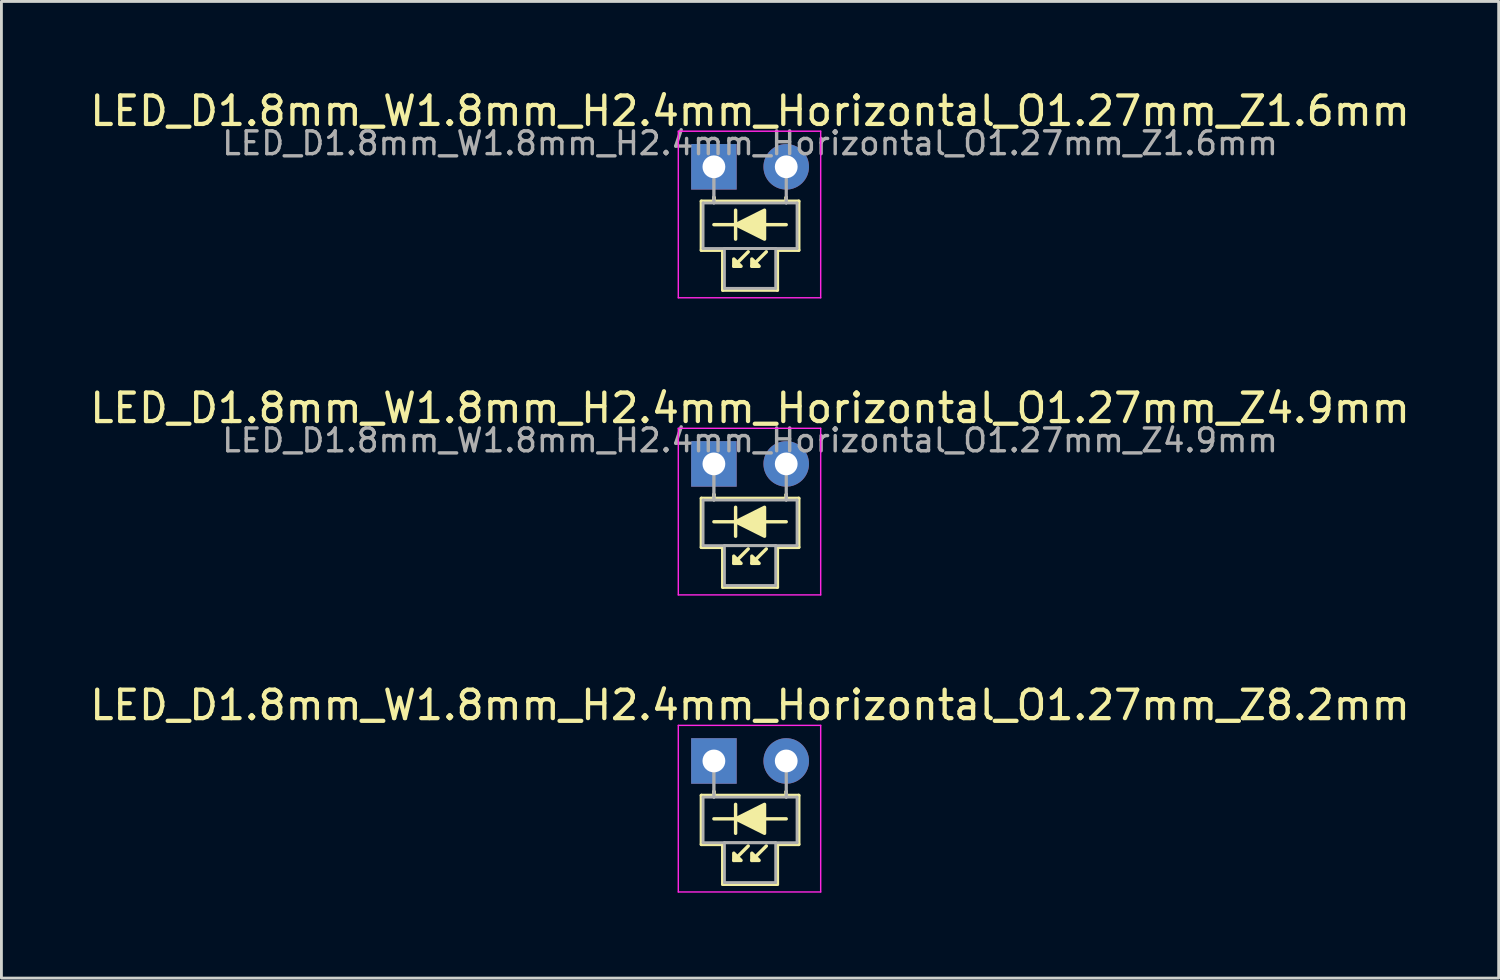
<source format=kicad_pcb>
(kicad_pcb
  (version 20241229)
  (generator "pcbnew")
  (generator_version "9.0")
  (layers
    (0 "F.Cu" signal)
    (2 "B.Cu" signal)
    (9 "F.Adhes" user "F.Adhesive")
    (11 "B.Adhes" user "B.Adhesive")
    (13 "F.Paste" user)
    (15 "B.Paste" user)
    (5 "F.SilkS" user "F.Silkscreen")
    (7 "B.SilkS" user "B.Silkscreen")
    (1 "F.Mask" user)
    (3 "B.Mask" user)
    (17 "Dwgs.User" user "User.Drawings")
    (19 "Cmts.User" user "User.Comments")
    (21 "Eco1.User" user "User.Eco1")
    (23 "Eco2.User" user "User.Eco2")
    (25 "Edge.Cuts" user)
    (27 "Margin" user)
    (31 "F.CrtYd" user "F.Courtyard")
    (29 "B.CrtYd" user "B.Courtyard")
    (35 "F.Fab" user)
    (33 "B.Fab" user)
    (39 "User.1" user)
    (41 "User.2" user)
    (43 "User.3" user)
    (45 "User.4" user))
  (footprint "LED_D1.8mm_W1.8mm_H2.4mm_Horizontal_O1.27mm_Z1.6mm"
    (layer "F.Cu")
    (at 22.022 2.808)
    (property "Reference" "LED_D1.8mm_W1.8mm_H2.4mm_Horizontal_O1.27mm_Z1.6mm" (at 1.27 -1.96 0) (layer "F.SilkS") (effects (font (size 1 1) (thickness 0.15))))
    (fp_line (start -0.44 1.21) (end -0.44 2.93) (stroke (width 0.12) (type solid)) (layer "F.SilkS"))
    (fp_line (start 0 1.08) (end 0 1.08) (stroke (width 0.12) (type solid)) (layer "F.SilkS"))
    (fp_line (start 0 1.08) (end 0 1.21) (stroke (width 0.12) (type solid)) (layer "F.SilkS"))
    (fp_line (start 0 1.21) (end 0 1.08) (stroke (width 0.12) (type solid)) (layer "F.SilkS"))
    (fp_line (start 0 1.21) (end 0 1.21) (stroke (width 0.12) (type solid)) (layer "F.SilkS"))
    (fp_line (start 0.31 2.93) (end -0.44 2.93) (stroke (width 0.12) (type solid)) (layer "F.SilkS"))
    (fp_line (start 0.31 2.93) (end 0.31 4.33) (stroke (width 0.12) (type solid)) (layer "F.SilkS"))
    (fp_line (start 0.31 4.33) (end 2.23 4.33) (stroke (width 0.12) (type solid)) (layer "F.SilkS"))
    (fp_line (start 0.762 1.524) (end 0.762 2.54) (stroke (width 0.12) (type solid)) (layer "F.SilkS"))
    (fp_line (start 1.206 2.985) (end 0.699 3.493) (stroke (width 0.12) (type solid)) (layer "F.SilkS"))
    (fp_line (start 1.841 2.985) (end 1.333 3.493) (stroke (width 0.12) (type solid)) (layer "F.SilkS"))
    (fp_line (start 2.23 4.33) (end 2.23 2.93) (stroke (width 0.12) (type solid)) (layer "F.SilkS"))
    (fp_line (start 2.54 1.08) (end 2.54 1.08) (stroke (width 0.12) (type solid)) (layer "F.SilkS"))
    (fp_line (start 2.54 1.08) (end 2.54 1.21) (stroke (width 0.12) (type solid)) (layer "F.SilkS"))
    (fp_line (start 2.54 1.21) (end 2.54 1.08) (stroke (width 0.12) (type solid)) (layer "F.SilkS"))
    (fp_line (start 2.54 1.21) (end 2.54 1.21) (stroke (width 0.12) (type solid)) (layer "F.SilkS"))
    (fp_line (start 2.54 2.032) (end 0 2.032) (stroke (width 0.12) (type solid)) (layer "F.SilkS"))
    (fp_line (start 2.98 1.21) (end -0.44 1.21) (stroke (width 0.12) (type solid)) (layer "F.SilkS"))
    (fp_line (start 2.98 2.93) (end 2.23 2.93) (stroke (width 0.12) (type solid)) (layer "F.SilkS"))
    (fp_line (start 2.98 2.93) (end 2.98 1.21) (stroke (width 0.12) (type solid)) (layer "F.SilkS"))
    (fp_poly (pts (xy 0.699 3.239) (xy 0.953 3.493) (xy 0.699 3.493)) (stroke (width 0.12) (type solid)) (fill yes) (layer "F.SilkS"))
    (fp_poly (pts (xy 1.333 3.239) (xy 1.587 3.493) (xy 1.333 3.493)) (stroke (width 0.12) (type solid)) (fill yes) (layer "F.SilkS"))
    (fp_poly (pts (xy 1.778 2.54) (xy 0.762 2.032) (xy 1.778 1.524)) (stroke (width 0.12) (type solid)) (fill yes) (layer "F.SilkS"))
    (fp_line (start -1.25 -1.25) (end -1.25 4.6) (stroke (width 0.05) (type solid)) (layer "F.CrtYd"))
    (fp_line (start -1.25 4.6) (end 3.75 4.6) (stroke (width 0.05) (type solid)) (layer "F.CrtYd"))
    (fp_line (start 3.75 -1.25) (end -1.25 -1.25) (stroke (width 0.05) (type solid)) (layer "F.CrtYd"))
    (fp_line (start 3.75 4.6) (end 3.75 -1.25) (stroke (width 0.05) (type solid)) (layer "F.CrtYd"))
    (fp_line (start -0.38 1.27) (end -0.38 2.87) (stroke (width 0.1) (type solid)) (layer "F.Fab"))
    (fp_line (start -0.38 2.87) (end 2.92 2.87) (stroke (width 0.1) (type solid)) (layer "F.Fab"))
    (fp_line (start 0 0) (end 0 0) (stroke (width 0.1) (type solid)) (layer "F.Fab"))
    (fp_line (start 0 0) (end 0 1.27) (stroke (width 0.1) (type solid)) (layer "F.Fab"))
    (fp_line (start 0 1.27) (end 0 0) (stroke (width 0.1) (type solid)) (layer "F.Fab"))
    (fp_line (start 0 1.27) (end 0 1.27) (stroke (width 0.1) (type solid)) (layer "F.Fab"))
    (fp_line (start 0.37 2.87) (end 0.37 4.27) (stroke (width 0.1) (type solid)) (layer "F.Fab"))
    (fp_line (start 0.37 4.27) (end 2.17 4.27) (stroke (width 0.1) (type solid)) (layer "F.Fab"))
    (fp_line (start 2.17 2.87) (end 0.37 2.87) (stroke (width 0.1) (type solid)) (layer "F.Fab"))
    (fp_line (start 2.17 4.27) (end 2.17 2.87) (stroke (width 0.1) (type solid)) (layer "F.Fab"))
    (fp_line (start 2.54 0) (end 2.54 0) (stroke (width 0.1) (type solid)) (layer "F.Fab"))
    (fp_line (start 2.54 0) (end 2.54 1.27) (stroke (width 0.1) (type solid)) (layer "F.Fab"))
    (fp_line (start 2.54 1.27) (end 2.54 0) (stroke (width 0.1) (type solid)) (layer "F.Fab"))
    (fp_line (start 2.54 1.27) (end 2.54 1.27) (stroke (width 0.1) (type solid)) (layer "F.Fab"))
    (fp_line (start 2.92 1.27) (end -0.38 1.27) (stroke (width 0.1) (type solid)) (layer "F.Fab"))
    (fp_line (start 2.92 2.87) (end 2.92 1.27) (stroke (width 0.1) (type solid)) (layer "F.Fab"))
    (fp_text user "${REFERENCE}" (at 1.27 -0.826 0) (layer "F.Fab") (effects (font (size 0.8 0.8) (thickness 0.12))))
    (pad "1" thru_hole rect (at 0 0) (size 1.6 1.6) (drill 0.8) (layers "*.Cu" "*.Mask"))
    (pad "2" thru_hole circle (at 2.54 0) (size 1.6 1.6) (drill 0.8) (layers "*.Cu" "*.Mask")))
  (footprint "LED_D1.8mm_W1.8mm_H2.4mm_Horizontal_O1.27mm_Z8.2mm"
    (layer "F.Cu")
    (at 22.022 23.675)
    (property "Reference" "LED_D1.8mm_W1.8mm_H2.4mm_Horizontal_O1.27mm_Z8.2mm" (at 1.27 -1.96 0) (layer "F.SilkS") (effects (font (size 1 1) (thickness 0.15))))
    (fp_line (start -0.44 1.21) (end -0.44 2.93) (stroke (width 0.12) (type solid)) (layer "F.SilkS"))
    (fp_line (start 0 1.08) (end 0 1.08) (stroke (width 0.12) (type solid)) (layer "F.SilkS"))
    (fp_line (start 0 1.08) (end 0 1.21) (stroke (width 0.12) (type solid)) (layer "F.SilkS"))
    (fp_line (start 0 1.21) (end 0 1.08) (stroke (width 0.12) (type solid)) (layer "F.SilkS"))
    (fp_line (start 0 1.21) (end 0 1.21) (stroke (width 0.12) (type solid)) (layer "F.SilkS"))
    (fp_line (start 0.31 2.93) (end -0.44 2.93) (stroke (width 0.12) (type solid)) (layer "F.SilkS"))
    (fp_line (start 0.31 2.93) (end 0.31 4.33) (stroke (width 0.12) (type solid)) (layer "F.SilkS"))
    (fp_line (start 0.31 4.33) (end 2.23 4.33) (stroke (width 0.12) (type solid)) (layer "F.SilkS"))
    (fp_line (start 0.762 1.524) (end 0.762 2.54) (stroke (width 0.12) (type solid)) (layer "F.SilkS"))
    (fp_line (start 1.206 2.985) (end 0.699 3.493) (stroke (width 0.12) (type solid)) (layer "F.SilkS"))
    (fp_line (start 1.841 2.985) (end 1.333 3.493) (stroke (width 0.12) (type solid)) (layer "F.SilkS"))
    (fp_line (start 2.23 4.33) (end 2.23 2.93) (stroke (width 0.12) (type solid)) (layer "F.SilkS"))
    (fp_line (start 2.54 1.08) (end 2.54 1.08) (stroke (width 0.12) (type solid)) (layer "F.SilkS"))
    (fp_line (start 2.54 1.08) (end 2.54 1.21) (stroke (width 0.12) (type solid)) (layer "F.SilkS"))
    (fp_line (start 2.54 1.21) (end 2.54 1.08) (stroke (width 0.12) (type solid)) (layer "F.SilkS"))
    (fp_line (start 2.54 1.21) (end 2.54 1.21) (stroke (width 0.12) (type solid)) (layer "F.SilkS"))
    (fp_line (start 2.54 2.032) (end 0 2.032) (stroke (width 0.12) (type solid)) (layer "F.SilkS"))
    (fp_line (start 2.98 1.21) (end -0.44 1.21) (stroke (width 0.12) (type solid)) (layer "F.SilkS"))
    (fp_line (start 2.98 2.93) (end 2.23 2.93) (stroke (width 0.12) (type solid)) (layer "F.SilkS"))
    (fp_line (start 2.98 2.93) (end 2.98 1.21) (stroke (width 0.12) (type solid)) (layer "F.SilkS"))
    (fp_poly (pts (xy 0.699 3.239) (xy 0.953 3.493) (xy 0.699 3.493)) (stroke (width 0.12) (type solid)) (fill yes) (layer "F.SilkS"))
    (fp_poly (pts (xy 1.333 3.239) (xy 1.587 3.493) (xy 1.333 3.493)) (stroke (width 0.12) (type solid)) (fill yes) (layer "F.SilkS"))
    (fp_poly (pts (xy 1.778 2.54) (xy 0.762 2.032) (xy 1.778 1.524)) (stroke (width 0.12) (type solid)) (fill yes) (layer "F.SilkS"))
    (fp_line (start -1.25 -1.25) (end -1.25 4.6) (stroke (width 0.05) (type solid)) (layer "F.CrtYd"))
    (fp_line (start -1.25 4.6) (end 3.75 4.6) (stroke (width 0.05) (type solid)) (layer "F.CrtYd"))
    (fp_line (start 3.75 -1.25) (end -1.25 -1.25) (stroke (width 0.05) (type solid)) (layer "F.CrtYd"))
    (fp_line (start 3.75 4.6) (end 3.75 -1.25) (stroke (width 0.05) (type solid)) (layer "F.CrtYd"))
    (fp_line (start -0.38 1.27) (end -0.38 2.87) (stroke (width 0.1) (type solid)) (layer "F.Fab"))
    (fp_line (start -0.38 2.87) (end 2.92 2.87) (stroke (width 0.1) (type solid)) (layer "F.Fab"))
    (fp_line (start 0 0) (end 0 0) (stroke (width 0.1) (type solid)) (layer "F.Fab"))
    (fp_line (start 0 0) (end 0 1.27) (stroke (width 0.1) (type solid)) (layer "F.Fab"))
    (fp_line (start 0 1.27) (end 0 0) (stroke (width 0.1) (type solid)) (layer "F.Fab"))
    (fp_line (start 0 1.27) (end 0 1.27) (stroke (width 0.1) (type solid)) (layer "F.Fab"))
    (fp_line (start 0.37 2.87) (end 0.37 4.27) (stroke (width 0.1) (type solid)) (layer "F.Fab"))
    (fp_line (start 0.37 4.27) (end 2.17 4.27) (stroke (width 0.1) (type solid)) (layer "F.Fab"))
    (fp_line (start 2.17 2.87) (end 0.37 2.87) (stroke (width 0.1) (type solid)) (layer "F.Fab"))
    (fp_line (start 2.17 4.27) (end 2.17 2.87) (stroke (width 0.1) (type solid)) (layer "F.Fab"))
    (fp_line (start 2.54 0) (end 2.54 0) (stroke (width 0.1) (type solid)) (layer "F.Fab"))
    (fp_line (start 2.54 0) (end 2.54 1.27) (stroke (width 0.1) (type solid)) (layer "F.Fab"))
    (fp_line (start 2.54 1.27) (end 2.54 0) (stroke (width 0.1) (type solid)) (layer "F.Fab"))
    (fp_line (start 2.54 1.27) (end 2.54 1.27) (stroke (width 0.1) (type solid)) (layer "F.Fab"))
    (fp_line (start 2.92 1.27) (end -0.38 1.27) (stroke (width 0.1) (type solid)) (layer "F.Fab"))
    (fp_line (start 2.92 2.87) (end 2.92 1.27) (stroke (width 0.1) (type solid)) (layer "F.Fab"))
    (pad "1" thru_hole rect (at 0 0) (size 1.6 1.6) (drill 0.8) (layers "*.Cu" "*.Mask"))
    (pad "2" thru_hole circle (at 2.54 0) (size 1.6 1.6) (drill 0.8) (layers "*.Cu" "*.Mask")))
  (footprint "LED_D1.8mm_W1.8mm_H2.4mm_Horizontal_O1.27mm_Z4.9mm"
    (layer "F.Cu")
    (at 22.022 13.242)
    (property "Reference" "LED_D1.8mm_W1.8mm_H2.4mm_Horizontal_O1.27mm_Z4.9mm" (at 1.27 -1.96 0) (layer "F.SilkS") (effects (font (size 1 1) (thickness 0.15))))
    (fp_line (start -0.44 1.21) (end -0.44 2.93) (stroke (width 0.12) (type solid)) (layer "F.SilkS"))
    (fp_line (start 0 1.08) (end 0 1.08) (stroke (width 0.12) (type solid)) (layer "F.SilkS"))
    (fp_line (start 0 1.08) (end 0 1.21) (stroke (width 0.12) (type solid)) (layer "F.SilkS"))
    (fp_line (start 0 1.21) (end 0 1.08) (stroke (width 0.12) (type solid)) (layer "F.SilkS"))
    (fp_line (start 0 1.21) (end 0 1.21) (stroke (width 0.12) (type solid)) (layer "F.SilkS"))
    (fp_line (start 0.31 2.93) (end -0.44 2.93) (stroke (width 0.12) (type solid)) (layer "F.SilkS"))
    (fp_line (start 0.31 2.93) (end 0.31 4.33) (stroke (width 0.12) (type solid)) (layer "F.SilkS"))
    (fp_line (start 0.31 4.33) (end 2.23 4.33) (stroke (width 0.12) (type solid)) (layer "F.SilkS"))
    (fp_line (start 0.762 1.524) (end 0.762 2.54) (stroke (width 0.12) (type solid)) (layer "F.SilkS"))
    (fp_line (start 1.206 2.985) (end 0.699 3.493) (stroke (width 0.12) (type solid)) (layer "F.SilkS"))
    (fp_line (start 1.841 2.985) (end 1.333 3.493) (stroke (width 0.12) (type solid)) (layer "F.SilkS"))
    (fp_line (start 2.23 4.33) (end 2.23 2.93) (stroke (width 0.12) (type solid)) (layer "F.SilkS"))
    (fp_line (start 2.54 1.08) (end 2.54 1.08) (stroke (width 0.12) (type solid)) (layer "F.SilkS"))
    (fp_line (start 2.54 1.08) (end 2.54 1.21) (stroke (width 0.12) (type solid)) (layer "F.SilkS"))
    (fp_line (start 2.54 1.21) (end 2.54 1.08) (stroke (width 0.12) (type solid)) (layer "F.SilkS"))
    (fp_line (start 2.54 1.21) (end 2.54 1.21) (stroke (width 0.12) (type solid)) (layer "F.SilkS"))
    (fp_line (start 2.54 2.032) (end 0 2.032) (stroke (width 0.12) (type solid)) (layer "F.SilkS"))
    (fp_line (start 2.98 1.21) (end -0.44 1.21) (stroke (width 0.12) (type solid)) (layer "F.SilkS"))
    (fp_line (start 2.98 2.93) (end 2.23 2.93) (stroke (width 0.12) (type solid)) (layer "F.SilkS"))
    (fp_line (start 2.98 2.93) (end 2.98 1.21) (stroke (width 0.12) (type solid)) (layer "F.SilkS"))
    (fp_poly (pts (xy 0.699 3.239) (xy 0.953 3.493) (xy 0.699 3.493)) (stroke (width 0.12) (type solid)) (fill yes) (layer "F.SilkS"))
    (fp_poly (pts (xy 1.333 3.239) (xy 1.587 3.493) (xy 1.333 3.493)) (stroke (width 0.12) (type solid)) (fill yes) (layer "F.SilkS"))
    (fp_poly (pts (xy 1.778 2.54) (xy 0.762 2.032) (xy 1.778 1.524)) (stroke (width 0.12) (type solid)) (fill yes) (layer "F.SilkS"))
    (fp_line (start -1.25 -1.25) (end -1.25 4.6) (stroke (width 0.05) (type solid)) (layer "F.CrtYd"))
    (fp_line (start -1.25 4.6) (end 3.75 4.6) (stroke (width 0.05) (type solid)) (layer "F.CrtYd"))
    (fp_line (start 3.75 -1.25) (end -1.25 -1.25) (stroke (width 0.05) (type solid)) (layer "F.CrtYd"))
    (fp_line (start 3.75 4.6) (end 3.75 -1.25) (stroke (width 0.05) (type solid)) (layer "F.CrtYd"))
    (fp_line (start -0.38 1.27) (end -0.38 2.87) (stroke (width 0.1) (type solid)) (layer "F.Fab"))
    (fp_line (start -0.38 2.87) (end 2.92 2.87) (stroke (width 0.1) (type solid)) (layer "F.Fab"))
    (fp_line (start 0 0) (end 0 0) (stroke (width 0.1) (type solid)) (layer "F.Fab"))
    (fp_line (start 0 0) (end 0 1.27) (stroke (width 0.1) (type solid)) (layer "F.Fab"))
    (fp_line (start 0 1.27) (end 0 0) (stroke (width 0.1) (type solid)) (layer "F.Fab"))
    (fp_line (start 0 1.27) (end 0 1.27) (stroke (width 0.1) (type solid)) (layer "F.Fab"))
    (fp_line (start 0.37 2.87) (end 0.37 4.27) (stroke (width 0.1) (type solid)) (layer "F.Fab"))
    (fp_line (start 0.37 4.27) (end 2.17 4.27) (stroke (width 0.1) (type solid)) (layer "F.Fab"))
    (fp_line (start 2.17 2.87) (end 0.37 2.87) (stroke (width 0.1) (type solid)) (layer "F.Fab"))
    (fp_line (start 2.17 4.27) (end 2.17 2.87) (stroke (width 0.1) (type solid)) (layer "F.Fab"))
    (fp_line (start 2.54 0) (end 2.54 0) (stroke (width 0.1) (type solid)) (layer "F.Fab"))
    (fp_line (start 2.54 0) (end 2.54 1.27) (stroke (width 0.1) (type solid)) (layer "F.Fab"))
    (fp_line (start 2.54 1.27) (end 2.54 0) (stroke (width 0.1) (type solid)) (layer "F.Fab"))
    (fp_line (start 2.54 1.27) (end 2.54 1.27) (stroke (width 0.1) (type solid)) (layer "F.Fab"))
    (fp_line (start 2.92 1.27) (end -0.38 1.27) (stroke (width 0.1) (type solid)) (layer "F.Fab"))
    (fp_line (start 2.92 2.87) (end 2.92 1.27) (stroke (width 0.1) (type solid)) (layer "F.Fab"))
    (fp_text user "${REFERENCE}" (at 1.27 -0.826 0) (layer "F.Fab") (effects (font (size 0.8 0.8) (thickness 0.12))))
    (pad "1" thru_hole rect (at 0 0) (size 1.6 1.6) (drill 0.8) (layers "*.Cu" "*.Mask"))
    (pad "2" thru_hole circle (at 2.54 0) (size 1.6 1.6) (drill 0.8) (layers "*.Cu" "*.Mask")))
  (gr_rect
    (start -3 -3)
    (end 49.583 31.3)
    (stroke (width 0.1) (type default))
    (fill no)
    (layer "Edge.Cuts")))
</source>
